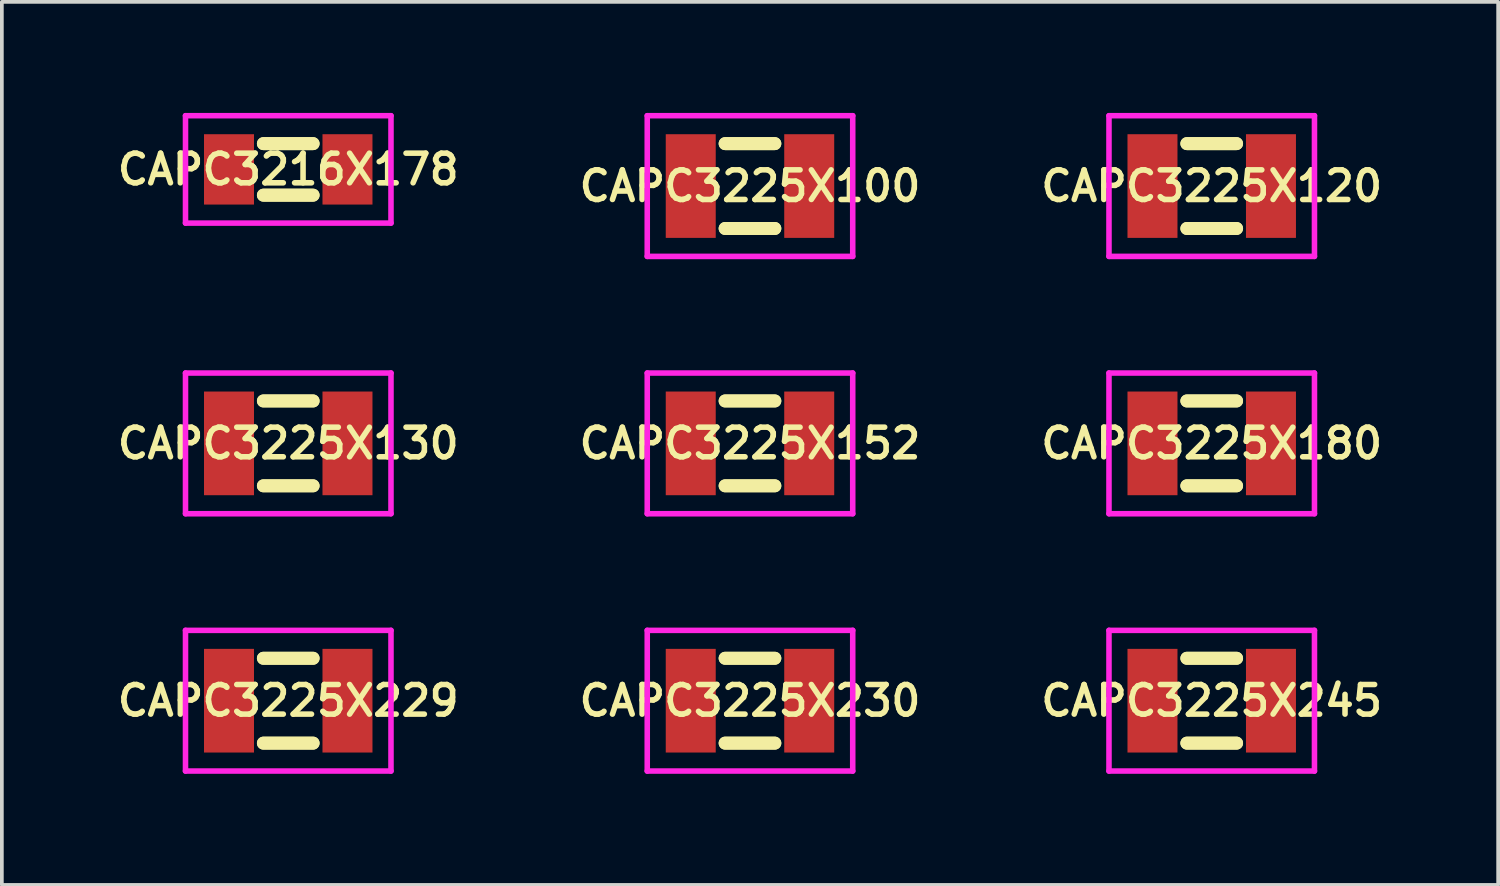
<source format=kicad_pcb>
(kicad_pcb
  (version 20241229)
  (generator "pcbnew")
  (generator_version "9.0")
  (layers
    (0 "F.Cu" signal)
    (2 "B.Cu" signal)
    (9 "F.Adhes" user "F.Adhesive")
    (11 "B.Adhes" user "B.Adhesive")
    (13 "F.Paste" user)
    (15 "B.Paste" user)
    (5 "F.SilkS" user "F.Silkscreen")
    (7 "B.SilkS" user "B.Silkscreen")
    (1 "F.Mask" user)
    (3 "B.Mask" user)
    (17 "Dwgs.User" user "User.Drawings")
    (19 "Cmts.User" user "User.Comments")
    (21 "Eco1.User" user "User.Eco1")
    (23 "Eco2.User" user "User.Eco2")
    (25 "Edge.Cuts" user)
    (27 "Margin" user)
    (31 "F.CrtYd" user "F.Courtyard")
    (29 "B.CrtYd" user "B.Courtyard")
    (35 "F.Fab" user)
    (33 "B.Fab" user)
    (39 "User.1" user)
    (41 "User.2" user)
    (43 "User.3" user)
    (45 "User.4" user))
  (footprint "CAPC3225X120"
    (layer "F.Cu")
    (at 29.677 1.975)
    (property "Reference" "CAPC3225X120" (at 0 0 0) (layer "F.SilkS") (effects (font (size 0.8 0.8) (thickness 0.15))))
    (attr smd)
    (fp_line (start -0.671 -1.146) (end 0.671 -1.146) (stroke (width 0.35) (type solid)) (layer "F.SilkS"))
    (fp_line (start -0.671 1.146) (end 0.671 1.146) (stroke (width 0.35) (type solid)) (layer "F.SilkS"))
    (fp_line (start 0.671 -1.146) (end -0.671 -1.146) (stroke (width 0.35) (type solid)) (layer "F.SilkS"))
    (fp_line (start 0.671 1.146) (end -0.671 1.146) (stroke (width 0.35) (type solid)) (layer "F.SilkS"))
    (fp_line (start -2.775 -1.9) (end 2.775 -1.9) (stroke (width 0.15) (type solid)) (layer "F.CrtYd"))
    (fp_line (start -2.775 1.9) (end -2.775 -1.9) (stroke (width 0.15) (type solid)) (layer "F.CrtYd"))
    (fp_line (start 2.775 -1.9) (end 2.775 1.9) (stroke (width 0.15) (type solid)) (layer "F.CrtYd"))
    (fp_line (start 2.775 1.9) (end -2.775 1.9) (stroke (width 0.15) (type solid)) (layer "F.CrtYd"))
    (pad "1" smd rect (at -1.6 0) (size 1.35 2.8) (layers "F.Cu" "F.Mask" "F.Paste"))
    (pad "2" smd rect (at 1.6 0) (size 1.35 2.8) (layers "F.Cu" "F.Mask" "F.Paste")))
  (footprint "CAPC3225X130"
    (layer "F.Cu")
    (at 4.735 8.925)
    (property "Reference" "CAPC3225X130" (at 0 0 0) (layer "F.SilkS") (effects (font (size 0.8 0.8) (thickness 0.15))))
    (attr smd)
    (fp_line (start -0.671 -1.146) (end 0.671 -1.146) (stroke (width 0.35) (type solid)) (layer "F.SilkS"))
    (fp_line (start -0.671 1.146) (end 0.671 1.146) (stroke (width 0.35) (type solid)) (layer "F.SilkS"))
    (fp_line (start 0.671 -1.146) (end -0.671 -1.146) (stroke (width 0.35) (type solid)) (layer "F.SilkS"))
    (fp_line (start 0.671 1.146) (end -0.671 1.146) (stroke (width 0.35) (type solid)) (layer "F.SilkS"))
    (fp_line (start -2.775 -1.9) (end 2.775 -1.9) (stroke (width 0.15) (type solid)) (layer "F.CrtYd"))
    (fp_line (start -2.775 1.9) (end -2.775 -1.9) (stroke (width 0.15) (type solid)) (layer "F.CrtYd"))
    (fp_line (start 2.775 -1.9) (end 2.775 1.9) (stroke (width 0.15) (type solid)) (layer "F.CrtYd"))
    (fp_line (start 2.775 1.9) (end -2.775 1.9) (stroke (width 0.15) (type solid)) (layer "F.CrtYd"))
    (pad "1" smd rect (at -1.6 0) (size 1.35 2.8) (layers "F.Cu" "F.Mask" "F.Paste"))
    (pad "2" smd rect (at 1.6 0) (size 1.35 2.8) (layers "F.Cu" "F.Mask" "F.Paste")))
  (footprint "CAPC3225X180"
    (layer "F.Cu")
    (at 29.677 8.925)
    (property "Reference" "CAPC3225X180" (at 0 0 0) (layer "F.SilkS") (effects (font (size 0.8 0.8) (thickness 0.15))))
    (attr through_hole)
    (fp_line (start -0.671 -1.146) (end 0.671 -1.146) (stroke (width 0.35) (type solid)) (layer "F.SilkS"))
    (fp_line (start -0.671 1.146) (end 0.671 1.146) (stroke (width 0.35) (type solid)) (layer "F.SilkS"))
    (fp_line (start 0.671 -1.146) (end -0.671 -1.146) (stroke (width 0.35) (type solid)) (layer "F.SilkS"))
    (fp_line (start 0.671 1.146) (end -0.671 1.146) (stroke (width 0.35) (type solid)) (layer "F.SilkS"))
    (fp_line (start -2.775 -1.9) (end 2.775 -1.9) (stroke (width 0.15) (type solid)) (layer "F.CrtYd"))
    (fp_line (start -2.775 1.9) (end -2.775 -1.9) (stroke (width 0.15) (type solid)) (layer "F.CrtYd"))
    (fp_line (start 2.775 -1.9) (end 2.775 1.9) (stroke (width 0.15) (type solid)) (layer "F.CrtYd"))
    (fp_line (start 2.775 1.9) (end -2.775 1.9) (stroke (width 0.15) (type solid)) (layer "F.CrtYd"))
    (pad "1" smd rect (at -1.6 0) (size 1.35 2.8) (layers "F.Cu" "F.Mask" "F.Paste"))
    (pad "2" smd rect (at 1.6 0) (size 1.35 2.8) (layers "F.Cu" "F.Mask" "F.Paste")))
  (footprint "CAPC3216X178"
    (layer "F.Cu")
    (at 4.735 1.525)
    (property "Reference" "CAPC3216X178" (at 0 0 0) (layer "F.SilkS") (effects (font (size 0.8 0.8) (thickness 0.15))))
    (attr smd)
    (fp_line (start -0.671 -0.696) (end 0.671 -0.696) (stroke (width 0.35) (type solid)) (layer "F.SilkS"))
    (fp_line (start -0.671 0.696) (end 0.671 0.696) (stroke (width 0.35) (type solid)) (layer "F.SilkS"))
    (fp_line (start 0.671 -0.696) (end -0.671 -0.696) (stroke (width 0.35) (type solid)) (layer "F.SilkS"))
    (fp_line (start 0.671 0.696) (end -0.671 0.696) (stroke (width 0.35) (type solid)) (layer "F.SilkS"))
    (fp_line (start -2.775 -1.45) (end 2.775 -1.45) (stroke (width 0.15) (type solid)) (layer "F.CrtYd"))
    (fp_line (start -2.775 1.45) (end -2.775 -1.45) (stroke (width 0.15) (type solid)) (layer "F.CrtYd"))
    (fp_line (start 2.775 -1.45) (end 2.775 1.45) (stroke (width 0.15) (type solid)) (layer "F.CrtYd"))
    (fp_line (start 2.775 1.45) (end -2.775 1.45) (stroke (width 0.15) (type solid)) (layer "F.CrtYd"))
    (pad "1" smd rect (at -1.6 0) (size 1.35 1.9) (layers "F.Cu" "F.Mask" "F.Paste"))
    (pad "2" smd rect (at 1.6 0) (size 1.35 1.9) (layers "F.Cu" "F.Mask" "F.Paste")))
  (footprint "CAPC3225X152"
    (layer "F.Cu")
    (at 17.206 8.925)
    (property "Reference" "CAPC3225X152" (at 0 0 0) (layer "F.SilkS") (effects (font (size 0.8 0.8) (thickness 0.15))))
    (attr smd)
    (fp_line (start -0.671 -1.146) (end 0.671 -1.146) (stroke (width 0.35) (type solid)) (layer "F.SilkS"))
    (fp_line (start -0.671 1.146) (end 0.671 1.146) (stroke (width 0.35) (type solid)) (layer "F.SilkS"))
    (fp_line (start 0.671 -1.146) (end -0.671 -1.146) (stroke (width 0.35) (type solid)) (layer "F.SilkS"))
    (fp_line (start 0.671 1.146) (end -0.671 1.146) (stroke (width 0.35) (type solid)) (layer "F.SilkS"))
    (fp_line (start -2.775 -1.9) (end 2.775 -1.9) (stroke (width 0.15) (type solid)) (layer "F.CrtYd"))
    (fp_line (start -2.775 1.9) (end -2.775 -1.9) (stroke (width 0.15) (type solid)) (layer "F.CrtYd"))
    (fp_line (start 2.775 -1.9) (end 2.775 1.9) (stroke (width 0.15) (type solid)) (layer "F.CrtYd"))
    (fp_line (start 2.775 1.9) (end -2.775 1.9) (stroke (width 0.15) (type solid)) (layer "F.CrtYd"))
    (pad "1" smd rect (at -1.6 0) (size 1.35 2.8) (layers "F.Cu" "F.Mask" "F.Paste"))
    (pad "2" smd rect (at 1.6 0) (size 1.35 2.8) (layers "F.Cu" "F.Mask" "F.Paste")))
  (footprint "CAPC3225X245"
    (layer "F.Cu")
    (at 29.677 15.875)
    (property "Reference" "CAPC3225X245" (at 0 0 0) (layer "F.SilkS") (effects (font (size 0.8 0.8) (thickness 0.15))))
    (attr through_hole)
    (fp_line (start -0.671 -1.146) (end 0.671 -1.146) (stroke (width 0.35) (type solid)) (layer "F.SilkS"))
    (fp_line (start -0.671 1.146) (end 0.671 1.146) (stroke (width 0.35) (type solid)) (layer "F.SilkS"))
    (fp_line (start 0.671 -1.146) (end -0.671 -1.146) (stroke (width 0.35) (type solid)) (layer "F.SilkS"))
    (fp_line (start 0.671 1.146) (end -0.671 1.146) (stroke (width 0.35) (type solid)) (layer "F.SilkS"))
    (fp_line (start -2.775 -1.9) (end 2.775 -1.9) (stroke (width 0.15) (type solid)) (layer "F.CrtYd"))
    (fp_line (start -2.775 1.9) (end -2.775 -1.9) (stroke (width 0.15) (type solid)) (layer "F.CrtYd"))
    (fp_line (start 2.775 -1.9) (end 2.775 1.9) (stroke (width 0.15) (type solid)) (layer "F.CrtYd"))
    (fp_line (start 2.775 1.9) (end -2.775 1.9) (stroke (width 0.15) (type solid)) (layer "F.CrtYd"))
    (pad "1" smd rect (at -1.6 0) (size 1.35 2.8) (layers "F.Cu" "F.Mask" "F.Paste"))
    (pad "2" smd rect (at 1.6 0) (size 1.35 2.8) (layers "F.Cu" "F.Mask" "F.Paste")))
  (footprint "CAPC3225X100"
    (layer "F.Cu")
    (at 17.206 1.975)
    (property "Reference" "CAPC3225X100" (at 0 0 0) (layer "F.SilkS") (effects (font (size 0.8 0.8) (thickness 0.15))))
    (attr through_hole)
    (fp_line (start -0.671 -1.146) (end 0.671 -1.146) (stroke (width 0.35) (type solid)) (layer "F.SilkS"))
    (fp_line (start -0.671 1.146) (end 0.671 1.146) (stroke (width 0.35) (type solid)) (layer "F.SilkS"))
    (fp_line (start 0.671 -1.146) (end -0.671 -1.146) (stroke (width 0.35) (type solid)) (layer "F.SilkS"))
    (fp_line (start 0.671 1.146) (end -0.671 1.146) (stroke (width 0.35) (type solid)) (layer "F.SilkS"))
    (fp_line (start -2.775 -1.9) (end 2.775 -1.9) (stroke (width 0.15) (type solid)) (layer "F.CrtYd"))
    (fp_line (start -2.775 1.9) (end -2.775 -1.9) (stroke (width 0.15) (type solid)) (layer "F.CrtYd"))
    (fp_line (start 2.775 -1.9) (end 2.775 1.9) (stroke (width 0.15) (type solid)) (layer "F.CrtYd"))
    (fp_line (start 2.775 1.9) (end -2.775 1.9) (stroke (width 0.15) (type solid)) (layer "F.CrtYd"))
    (pad "1" smd rect (at -1.6 0) (size 1.35 2.8) (layers "F.Cu" "F.Mask" "F.Paste"))
    (pad "2" smd rect (at 1.6 0) (size 1.35 2.8) (layers "F.Cu" "F.Mask" "F.Paste")))
  (footprint "CAPC3225X230"
    (layer "F.Cu")
    (at 17.206 15.875)
    (property "Reference" "CAPC3225X230" (at 0 0 0) (layer "F.SilkS") (effects (font (size 0.8 0.8) (thickness 0.15))))
    (attr through_hole)
    (fp_line (start -0.671 -1.146) (end 0.671 -1.146) (stroke (width 0.35) (type solid)) (layer "F.SilkS"))
    (fp_line (start -0.671 1.146) (end 0.671 1.146) (stroke (width 0.35) (type solid)) (layer "F.SilkS"))
    (fp_line (start 0.671 -1.146) (end -0.671 -1.146) (stroke (width 0.35) (type solid)) (layer "F.SilkS"))
    (fp_line (start 0.671 1.146) (end -0.671 1.146) (stroke (width 0.35) (type solid)) (layer "F.SilkS"))
    (fp_line (start -2.775 -1.9) (end 2.775 -1.9) (stroke (width 0.15) (type solid)) (layer "F.CrtYd"))
    (fp_line (start -2.775 1.9) (end -2.775 -1.9) (stroke (width 0.15) (type solid)) (layer "F.CrtYd"))
    (fp_line (start 2.775 -1.9) (end 2.775 1.9) (stroke (width 0.15) (type solid)) (layer "F.CrtYd"))
    (fp_line (start 2.775 1.9) (end -2.775 1.9) (stroke (width 0.15) (type solid)) (layer "F.CrtYd"))
    (pad "1" smd rect (at -1.6 0) (size 1.35 2.8) (layers "F.Cu" "F.Mask" "F.Paste"))
    (pad "2" smd rect (at 1.6 0) (size 1.35 2.8) (layers "F.Cu" "F.Mask" "F.Paste")))
  (footprint "CAPC3225X229"
    (layer "F.Cu")
    (at 4.735 15.875)
    (property "Reference" "CAPC3225X229" (at 0 0 0) (layer "F.SilkS") (effects (font (size 0.8 0.8) (thickness 0.15))))
    (attr smd)
    (fp_line (start -0.671 -1.146) (end 0.671 -1.146) (stroke (width 0.35) (type solid)) (layer "F.SilkS"))
    (fp_line (start -0.671 1.146) (end 0.671 1.146) (stroke (width 0.35) (type solid)) (layer "F.SilkS"))
    (fp_line (start 0.671 -1.146) (end -0.671 -1.146) (stroke (width 0.35) (type solid)) (layer "F.SilkS"))
    (fp_line (start 0.671 1.146) (end -0.671 1.146) (stroke (width 0.35) (type solid)) (layer "F.SilkS"))
    (fp_line (start -2.775 -1.9) (end 2.775 -1.9) (stroke (width 0.15) (type solid)) (layer "F.CrtYd"))
    (fp_line (start -2.775 1.9) (end -2.775 -1.9) (stroke (width 0.15) (type solid)) (layer "F.CrtYd"))
    (fp_line (start 2.775 -1.9) (end 2.775 1.9) (stroke (width 0.15) (type solid)) (layer "F.CrtYd"))
    (fp_line (start 2.775 1.9) (end -2.775 1.9) (stroke (width 0.15) (type solid)) (layer "F.CrtYd"))
    (pad "1" smd rect (at -1.6 0) (size 1.35 2.8) (layers "F.Cu" "F.Mask" "F.Paste"))
    (pad "2" smd rect (at 1.6 0) (size 1.35 2.8) (layers "F.Cu" "F.Mask" "F.Paste")))
  (gr_rect
    (start -3 -3)
    (end 37.413 20.85)
    (stroke (width 0.1) (type default))
    (fill no)
    (layer "Edge.Cuts")))
</source>
